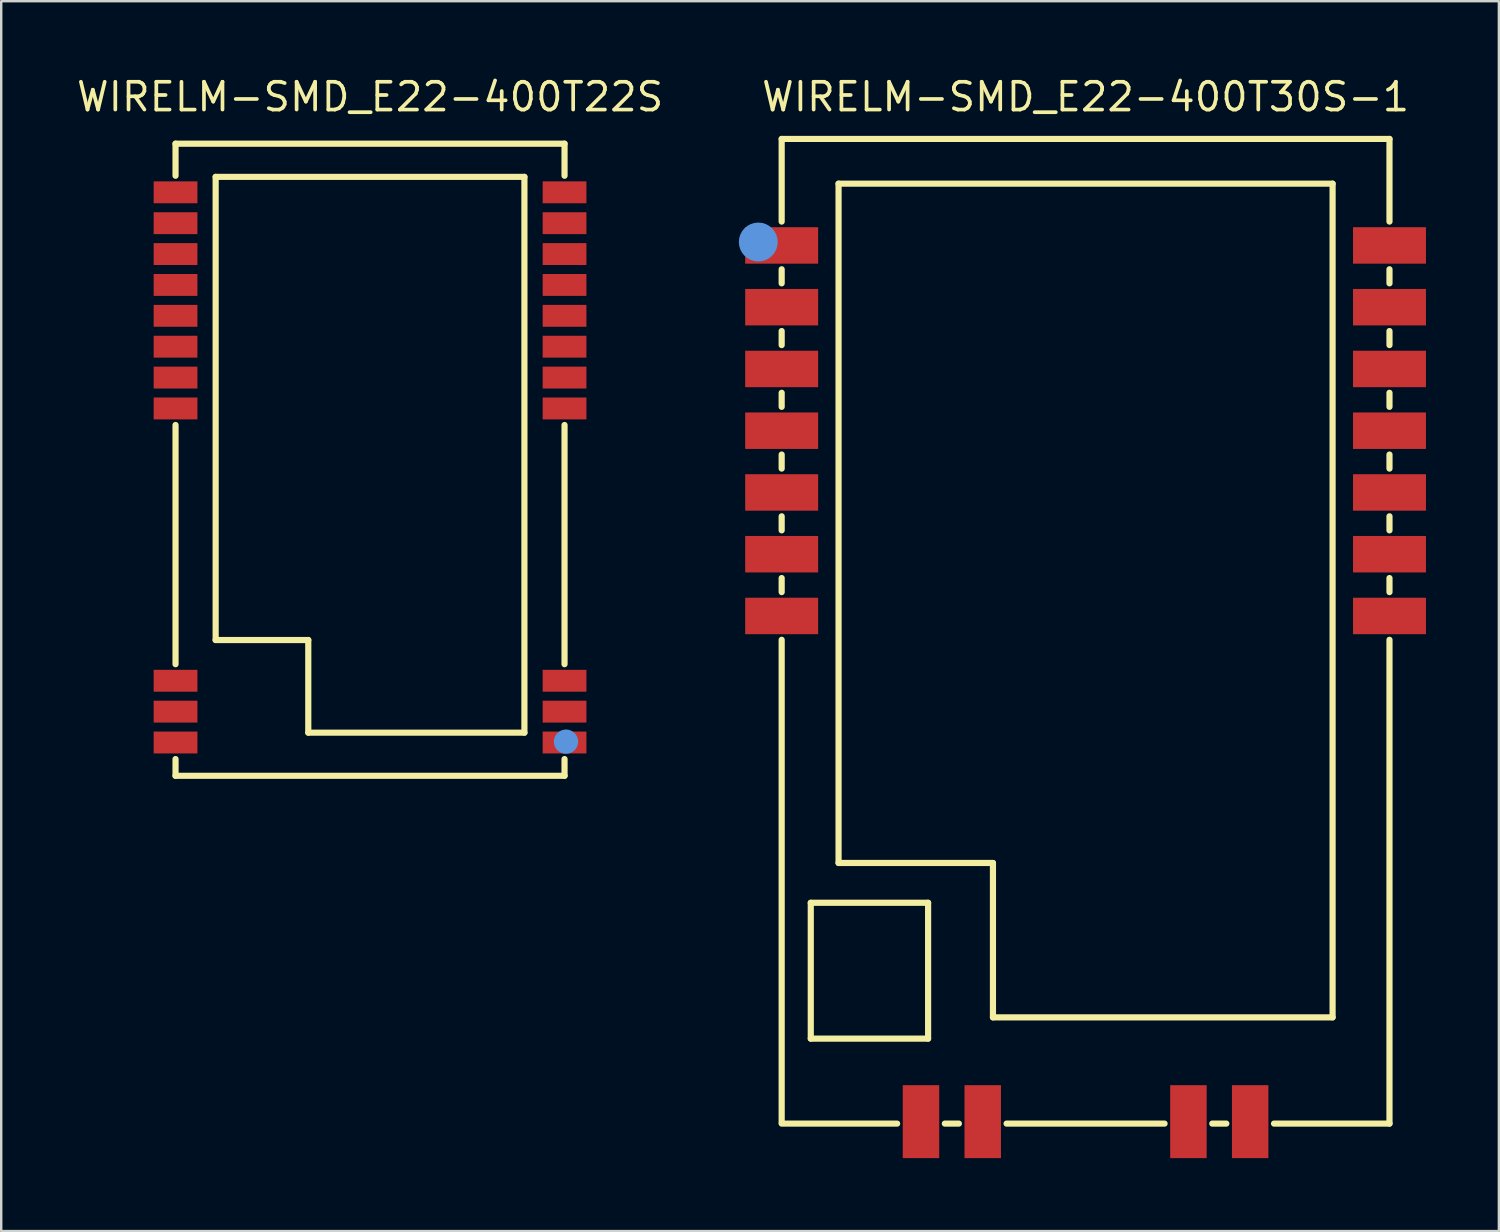
<source format=kicad_pcb>
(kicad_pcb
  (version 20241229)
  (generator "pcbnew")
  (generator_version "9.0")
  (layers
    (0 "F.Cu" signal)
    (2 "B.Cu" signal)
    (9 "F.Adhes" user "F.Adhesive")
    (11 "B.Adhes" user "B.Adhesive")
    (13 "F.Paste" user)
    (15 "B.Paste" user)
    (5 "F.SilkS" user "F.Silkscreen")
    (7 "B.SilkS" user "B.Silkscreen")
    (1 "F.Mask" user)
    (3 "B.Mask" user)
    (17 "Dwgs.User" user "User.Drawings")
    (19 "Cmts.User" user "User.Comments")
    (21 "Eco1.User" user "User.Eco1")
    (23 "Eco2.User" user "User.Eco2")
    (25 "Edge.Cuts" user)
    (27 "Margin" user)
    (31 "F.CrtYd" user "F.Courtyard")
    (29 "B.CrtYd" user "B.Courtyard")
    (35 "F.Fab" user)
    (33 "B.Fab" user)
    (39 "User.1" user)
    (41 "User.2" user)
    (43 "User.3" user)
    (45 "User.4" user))
  (footprint "WIRELM-SMD_E22-400T22S"
    (layer "F.Cu")
    (at 12.17 16.175)
    (property "Reference" "WIRELM-SMD_E22-400T22S" (at 0 -15.24 0) (layer "F.SilkS") (effects (font (size 1.143 1.143) (thickness 0.152))))
    (attr smd)
    (fp_line (start -8 -13.315) (end -8 -11.996) (stroke (width 0.254) (type solid)) (layer "F.SilkS"))
    (fp_line (start -8 -13.315) (end 8 -13.315) (stroke (width 0.254) (type solid)) (layer "F.SilkS"))
    (fp_line (start -8 -1.744) (end -8 8.094) (stroke (width 0.254) (type solid)) (layer "F.SilkS"))
    (fp_line (start -8 11.996) (end -8 12.685) (stroke (width 0.254) (type solid)) (layer "F.SilkS"))
    (fp_line (start -8 12.685) (end 8 12.685) (stroke (width 0.254) (type solid)) (layer "F.SilkS"))
    (fp_line (start -6.35 -11.95) (end 6.35 -11.95) (stroke (width 0.254) (type solid)) (layer "F.SilkS"))
    (fp_line (start -6.35 7.1) (end -6.35 -11.95) (stroke (width 0.254) (type solid)) (layer "F.SilkS"))
    (fp_line (start -2.54 7.1) (end -6.35 7.1) (stroke (width 0.254) (type solid)) (layer "F.SilkS"))
    (fp_line (start -2.54 10.91) (end -2.54 7.1) (stroke (width 0.254) (type solid)) (layer "F.SilkS"))
    (fp_line (start 6.35 -11.95) (end 6.35 10.91) (stroke (width 0.254) (type solid)) (layer "F.SilkS"))
    (fp_line (start 6.35 10.91) (end -2.54 10.91) (stroke (width 0.254) (type solid)) (layer "F.SilkS"))
    (fp_line (start 8 -13.315) (end 8 -11.996) (stroke (width 0.254) (type solid)) (layer "F.SilkS"))
    (fp_line (start 8 -1.744) (end 8 8.094) (stroke (width 0.254) (type solid)) (layer "F.SilkS"))
    (fp_line (start 8 11.996) (end 8 12.685) (stroke (width 0.254) (type solid)) (layer "F.SilkS"))
    (fp_circle (center 8.06 11.28) (end 8.31 11.28) (stroke (width 0.5) (type solid)) (fill no) (layer "Cmts.User"))
    (pad "1" smd rect (at 8 11.315) (size 1.8 0.9) (layers "F.Cu" "F.Mask" "F.Paste"))
    (pad "2" smd rect (at 8 10.045) (size 1.8 0.9) (layers "F.Cu" "F.Mask" "F.Paste"))
    (pad "3" smd rect (at 8 8.775) (size 1.8 0.9) (layers "F.Cu" "F.Mask" "F.Paste"))
    (pad "4" smd rect (at 8 -2.425) (size 1.8 0.9) (layers "F.Cu" "F.Mask" "F.Paste"))
    (pad "5" smd rect (at 8 -3.695) (size 1.8 0.9) (layers "F.Cu" "F.Mask" "F.Paste"))
    (pad "6" smd rect (at 8 -4.965) (size 1.8 0.9) (layers "F.Cu" "F.Mask" "F.Paste"))
    (pad "7" smd rect (at 8 -6.235) (size 1.8 0.9) (layers "F.Cu" "F.Mask" "F.Paste"))
    (pad "8" smd rect (at 8 -7.505) (size 1.8 0.9) (layers "F.Cu" "F.Mask" "F.Paste"))
    (pad "9" smd rect (at 8 -8.775) (size 1.8 0.9) (layers "F.Cu" "F.Mask" "F.Paste"))
    (pad "10" smd rect (at 8 -10.045) (size 1.8 0.9) (layers "F.Cu" "F.Mask" "F.Paste"))
    (pad "11" smd rect (at 8 -11.315) (size 1.8 0.9) (layers "F.Cu" "F.Mask" "F.Paste"))
    (pad "12" smd rect (at -8 -11.315) (size 1.8 0.9) (layers "F.Cu" "F.Mask" "F.Paste"))
    (pad "13" smd rect (at -8 -10.045) (size 1.8 0.9) (layers "F.Cu" "F.Mask" "F.Paste"))
    (pad "14" smd rect (at -8 -8.775) (size 1.8 0.9) (layers "F.Cu" "F.Mask" "F.Paste"))
    (pad "15" smd rect (at -8 -7.505) (size 1.8 0.9) (layers "F.Cu" "F.Mask" "F.Paste"))
    (pad "16" smd rect (at -8 -6.235) (size 1.8 0.9) (layers "F.Cu" "F.Mask" "F.Paste"))
    (pad "17" smd rect (at -8 -4.965) (size 1.8 0.9) (layers "F.Cu" "F.Mask" "F.Paste"))
    (pad "18" smd rect (at -8 -3.695) (size 1.8 0.9) (layers "F.Cu" "F.Mask" "F.Paste"))
    (pad "19" smd rect (at -8 -2.425) (size 1.8 0.9) (layers "F.Cu" "F.Mask" "F.Paste"))
    (pad "20" smd rect (at -8 8.775) (size 1.8 0.9) (layers "F.Cu" "F.Mask" "F.Paste"))
    (pad "21" smd rect (at -8 10.045) (size 1.8 0.9) (layers "F.Cu" "F.Mask" "F.Paste"))
    (pad "22" smd rect (at -8 11.315) (size 1.8 0.9) (layers "F.Cu" "F.Mask" "F.Paste")))
  (footprint "WIRELM-SMD_E22-400T30S-1"
    (layer "F.Cu")
    (at 41.601 25.065)
    (property "Reference" "WIRELM-SMD_E22-400T30S-1" (at 0 -24.13 0) (layer "F.SilkS") (effects (font (size 1.143 1.143) (thickness 0.152))))
    (attr smd)
    (private_layers "User.1")
    (fp_line (start -12.5 -22.4) (end -12.5 -19.001) (stroke (width 0.254) (type solid)) (layer "F.SilkS"))
    (fp_line (start -12.5 -22.4) (end 12.5 -22.4) (stroke (width 0.254) (type solid)) (layer "F.SilkS"))
    (fp_line (start -12.5 -17.039) (end -12.5 -16.461) (stroke (width 0.254) (type solid)) (layer "F.SilkS"))
    (fp_line (start -12.5 -14.499) (end -12.5 -13.921) (stroke (width 0.254) (type solid)) (layer "F.SilkS"))
    (fp_line (start -12.5 -11.959) (end -12.5 -11.381) (stroke (width 0.254) (type solid)) (layer "F.SilkS"))
    (fp_line (start -12.5 -9.419) (end -12.5 -8.841) (stroke (width 0.254) (type solid)) (layer "F.SilkS"))
    (fp_line (start -12.5 -6.879) (end -12.5 -6.301) (stroke (width 0.254) (type solid)) (layer "F.SilkS"))
    (fp_line (start -12.5 -4.339) (end -12.5 -3.761) (stroke (width 0.254) (type solid)) (layer "F.SilkS"))
    (fp_line (start -12.5 -1.799) (end -12.5 18.048) (stroke (width 0.254) (type solid)) (layer "F.SilkS"))
    (fp_line (start -12.5 18.1) (end -7.751 18.1) (stroke (width 0.254) (type solid)) (layer "F.SilkS"))
    (fp_line (start -11.303 9.017) (end -6.477 9.017) (stroke (width 0.254) (type solid)) (layer "F.SilkS"))
    (fp_line (start -11.303 14.605) (end -11.303 9.017) (stroke (width 0.254) (type solid)) (layer "F.SilkS"))
    (fp_line (start -10.16 -20.56) (end 10.16 -20.56) (stroke (width 0.254) (type solid)) (layer "F.SilkS"))
    (fp_line (start -10.16 7.38) (end -10.16 -20.56) (stroke (width 0.254) (type solid)) (layer "F.SilkS"))
    (fp_line (start -6.477 9.017) (end -6.477 14.605) (stroke (width 0.254) (type solid)) (layer "F.SilkS"))
    (fp_line (start -6.477 14.605) (end -11.303 14.605) (stroke (width 0.254) (type solid)) (layer "F.SilkS"))
    (fp_line (start -5.789 18.1) (end -5.211 18.1) (stroke (width 0.254) (type solid)) (layer "F.SilkS"))
    (fp_line (start -3.81 7.38) (end -10.16 7.38) (stroke (width 0.254) (type solid)) (layer "F.SilkS"))
    (fp_line (start -3.81 13.73) (end -3.81 7.38) (stroke (width 0.254) (type solid)) (layer "F.SilkS"))
    (fp_line (start -3.249 18.1) (end 3.249 18.1) (stroke (width 0.254) (type solid)) (layer "F.SilkS"))
    (fp_line (start 5.211 18.1) (end 5.789 18.1) (stroke (width 0.254) (type solid)) (layer "F.SilkS"))
    (fp_line (start 7.751 18.1) (end 12.5 18.1) (stroke (width 0.254) (type solid)) (layer "F.SilkS"))
    (fp_line (start 10.16 -20.56) (end 10.16 13.73) (stroke (width 0.254) (type solid)) (layer "F.SilkS"))
    (fp_line (start 10.16 13.73) (end -3.81 13.73) (stroke (width 0.254) (type solid)) (layer "F.SilkS"))
    (fp_line (start 12.5 -19.001) (end 12.5 -22.4) (stroke (width 0.254) (type solid)) (layer "F.SilkS"))
    (fp_line (start 12.5 -16.461) (end 12.5 -17.039) (stroke (width 0.254) (type solid)) (layer "F.SilkS"))
    (fp_line (start 12.5 -13.921) (end 12.5 -14.499) (stroke (width 0.254) (type solid)) (layer "F.SilkS"))
    (fp_line (start 12.5 -11.381) (end 12.5 -11.959) (stroke (width 0.254) (type solid)) (layer "F.SilkS"))
    (fp_line (start 12.5 -8.841) (end 12.5 -9.419) (stroke (width 0.254) (type solid)) (layer "F.SilkS"))
    (fp_line (start 12.5 -6.301) (end 12.5 -6.879) (stroke (width 0.254) (type solid)) (layer "F.SilkS"))
    (fp_line (start 12.5 -3.761) (end 12.5 -4.339) (stroke (width 0.254) (type solid)) (layer "F.SilkS"))
    (fp_line (start 12.5 18.1) (end 12.5 -1.799) (stroke (width 0.254) (type solid)) (layer "F.SilkS"))
    (fp_circle (center -13.462 -18.161) (end -13.062 -18.161) (stroke (width 0.8) (type solid)) (fill no) (layer "Cmts.User"))
    (pad "1" smd rect (at -12.5 -18.02 180) (size 3 1.5) (layers "F.Cu" "F.Mask" "F.Paste"))
    (pad "2" smd rect (at -12.5 -15.48 180) (size 3 1.5) (layers "F.Cu" "F.Mask" "F.Paste"))
    (pad "3" smd rect (at -12.5 -12.94 180) (size 3 1.5) (layers "F.Cu" "F.Mask" "F.Paste"))
    (pad "4" smd rect (at -12.5 -10.4 180) (size 3 1.5) (layers "F.Cu" "F.Mask" "F.Paste"))
    (pad "5" smd rect (at -12.5 -7.86 180) (size 3 1.5) (layers "F.Cu" "F.Mask" "F.Paste"))
    (pad "6" smd rect (at -12.5 -5.32 180) (size 3 1.5) (layers "F.Cu" "F.Mask" "F.Paste"))
    (pad "7" smd rect (at -12.5 -2.78 180) (size 3 1.5) (layers "F.Cu" "F.Mask" "F.Paste"))
    (pad "11" smd rect (at -6.77 18.02 90) (size 3 1.5) (layers "F.Cu" "F.Mask" "F.Paste"))
    (pad "12" smd rect (at -4.23 18.02 90) (size 3 1.5) (layers "F.Cu" "F.Mask" "F.Paste"))
    (pad "13" smd rect (at 4.23 18.02 90) (size 3 1.5) (layers "F.Cu" "F.Mask" "F.Paste"))
    (pad "14" smd rect (at 6.77 18.02 90) (size 3 1.5) (layers "F.Cu" "F.Mask" "F.Paste"))
    (pad "18" smd rect (at 12.5 -2.78 180) (size 3 1.5) (layers "F.Cu" "F.Mask" "F.Paste"))
    (pad "19" smd rect (at 12.5 -5.32 180) (size 3 1.5) (layers "F.Cu" "F.Mask" "F.Paste"))
    (pad "20" smd rect (at 12.5 -7.86 180) (size 3 1.5) (layers "F.Cu" "F.Mask" "F.Paste"))
    (pad "21" smd rect (at 12.5 -10.4 180) (size 3 1.5) (layers "F.Cu" "F.Mask" "F.Paste"))
    (pad "22" smd rect (at 12.5 -12.94 180) (size 3 1.5) (layers "F.Cu" "F.Mask" "F.Paste"))
    (pad "23" smd rect (at 12.5 -15.48 180) (size 3 1.5) (layers "F.Cu" "F.Mask" "F.Paste"))
    (pad "24" smd rect (at 12.5 -18.02 180) (size 3 1.5) (layers "F.Cu" "F.Mask" "F.Paste")))
  (gr_rect
    (start -3 -3)
    (end 58.601 47.585)
    (stroke (width 0.1) (type default))
    (fill no)
    (layer "Edge.Cuts")))
</source>
